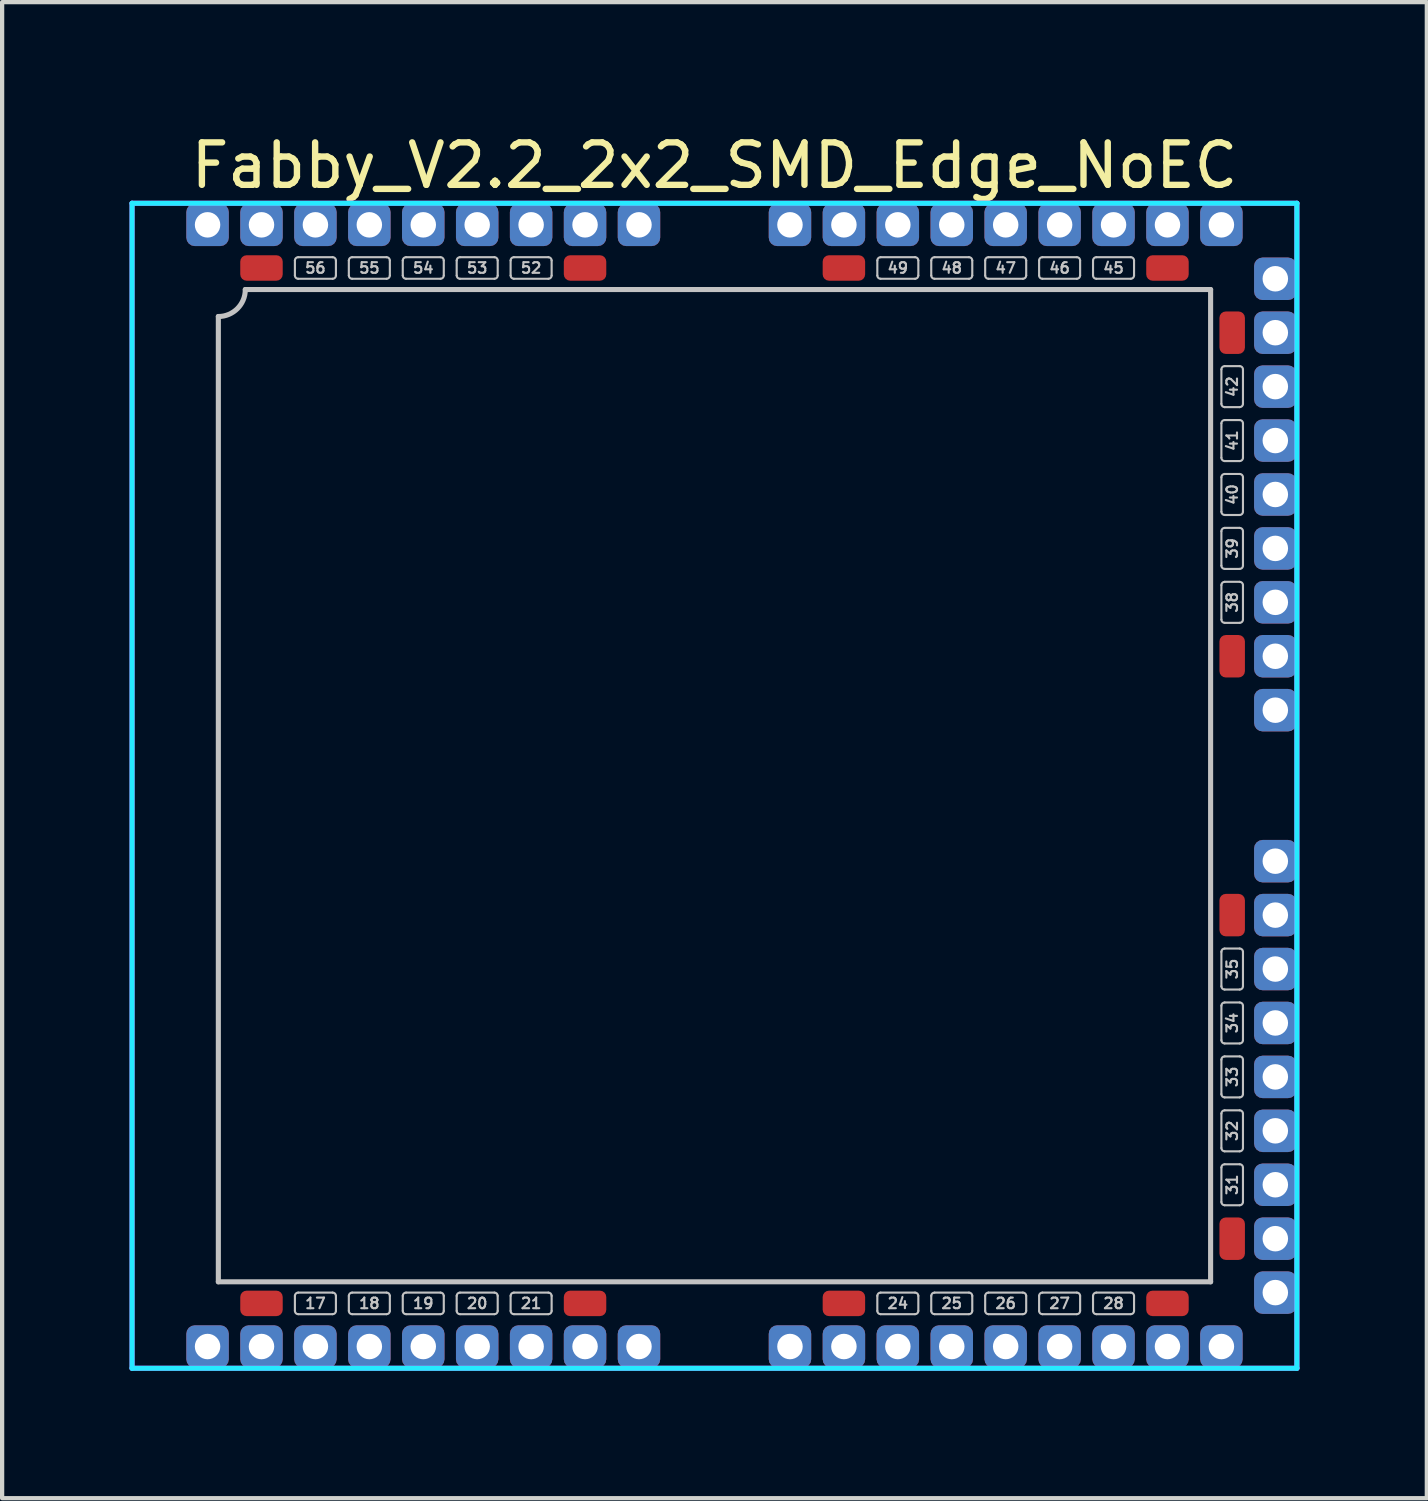
<source format=kicad_pcb>
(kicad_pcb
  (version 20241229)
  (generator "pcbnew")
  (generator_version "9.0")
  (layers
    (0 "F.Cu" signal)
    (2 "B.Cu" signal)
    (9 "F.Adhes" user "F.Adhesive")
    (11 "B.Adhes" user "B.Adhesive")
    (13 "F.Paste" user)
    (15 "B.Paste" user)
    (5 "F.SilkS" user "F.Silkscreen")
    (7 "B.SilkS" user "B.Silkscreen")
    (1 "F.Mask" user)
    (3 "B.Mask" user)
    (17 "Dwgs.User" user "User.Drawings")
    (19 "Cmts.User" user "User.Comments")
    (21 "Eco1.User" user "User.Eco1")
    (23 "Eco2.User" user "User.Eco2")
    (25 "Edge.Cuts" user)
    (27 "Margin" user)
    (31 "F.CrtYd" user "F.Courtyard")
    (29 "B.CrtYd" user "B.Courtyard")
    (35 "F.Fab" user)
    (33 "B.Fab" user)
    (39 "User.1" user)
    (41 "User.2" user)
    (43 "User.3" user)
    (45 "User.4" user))
  (footprint "Fabby_V2.2_2x2_SMD_Edge_NoEC"
    (layer "F.Cu")
    (at 13.776 15.453)
    (property "Reference" "Fabby_V2.2_2x2_SMD_Edge_NoEC" (at 0 -14.605 0) (layer "F.SilkS") (effects (font (size 1 1) (thickness 0.15))))
    (attr through_hole)
    (fp_line (start -11.684 11.684) (end -11.684 -11.049) (stroke (width 0.12) (type solid)) (layer "Dwgs.User"))
    (fp_line (start -11.049 -11.684) (end 11.684 -11.684) (stroke (width 0.12) (type solid)) (layer "Dwgs.User"))
    (fp_line (start -9.881 -12.014) (end -9.881 -12.37) (stroke (width 0.05) (type solid)) (layer "Dwgs.User"))
    (fp_line (start -9.881 12.37) (end -9.881 12.014) (stroke (width 0.05) (type solid)) (layer "Dwgs.User"))
    (fp_line (start -8.992 -12.446) (end -9.804 -12.446) (stroke (width 0.05) (type solid)) (layer "Dwgs.User"))
    (fp_line (start -8.992 -11.938) (end -9.804 -11.938) (stroke (width 0.05) (type solid)) (layer "Dwgs.User"))
    (fp_line (start -8.992 11.938) (end -9.804 11.938) (stroke (width 0.05) (type solid)) (layer "Dwgs.User"))
    (fp_line (start -8.992 12.446) (end -9.804 12.446) (stroke (width 0.05) (type solid)) (layer "Dwgs.User"))
    (fp_line (start -8.915 -12.014) (end -8.915 -12.37) (stroke (width 0.05) (type solid)) (layer "Dwgs.User"))
    (fp_line (start -8.915 12.37) (end -8.915 12.014) (stroke (width 0.05) (type solid)) (layer "Dwgs.User"))
    (fp_line (start -8.611 -12.014) (end -8.611 -12.37) (stroke (width 0.05) (type solid)) (layer "Dwgs.User"))
    (fp_line (start -8.611 12.37) (end -8.611 12.014) (stroke (width 0.05) (type solid)) (layer "Dwgs.User"))
    (fp_line (start -7.722 -12.446) (end -8.534 -12.446) (stroke (width 0.05) (type solid)) (layer "Dwgs.User"))
    (fp_line (start -7.722 -11.938) (end -8.534 -11.938) (stroke (width 0.05) (type solid)) (layer "Dwgs.User"))
    (fp_line (start -7.722 11.938) (end -8.534 11.938) (stroke (width 0.05) (type solid)) (layer "Dwgs.User"))
    (fp_line (start -7.722 12.446) (end -8.534 12.446) (stroke (width 0.05) (type solid)) (layer "Dwgs.User"))
    (fp_line (start -7.645 -12.014) (end -7.645 -12.37) (stroke (width 0.05) (type solid)) (layer "Dwgs.User"))
    (fp_line (start -7.645 12.37) (end -7.645 12.014) (stroke (width 0.05) (type solid)) (layer "Dwgs.User"))
    (fp_line (start -7.341 -12.014) (end -7.341 -12.37) (stroke (width 0.05) (type solid)) (layer "Dwgs.User"))
    (fp_line (start -7.341 12.37) (end -7.341 12.014) (stroke (width 0.05) (type solid)) (layer "Dwgs.User"))
    (fp_line (start -6.452 -12.446) (end -7.264 -12.446) (stroke (width 0.05) (type solid)) (layer "Dwgs.User"))
    (fp_line (start -6.452 -11.938) (end -7.264 -11.938) (stroke (width 0.05) (type solid)) (layer "Dwgs.User"))
    (fp_line (start -6.452 11.938) (end -7.264 11.938) (stroke (width 0.05) (type solid)) (layer "Dwgs.User"))
    (fp_line (start -6.452 12.446) (end -7.264 12.446) (stroke (width 0.05) (type solid)) (layer "Dwgs.User"))
    (fp_line (start -6.375 -12.014) (end -6.375 -12.37) (stroke (width 0.05) (type solid)) (layer "Dwgs.User"))
    (fp_line (start -6.375 12.37) (end -6.375 12.014) (stroke (width 0.05) (type solid)) (layer "Dwgs.User"))
    (fp_line (start -6.071 -12.014) (end -6.071 -12.37) (stroke (width 0.05) (type solid)) (layer "Dwgs.User"))
    (fp_line (start -6.071 12.37) (end -6.071 12.014) (stroke (width 0.05) (type solid)) (layer "Dwgs.User"))
    (fp_line (start -5.182 -12.446) (end -5.994 -12.446) (stroke (width 0.05) (type solid)) (layer "Dwgs.User"))
    (fp_line (start -5.182 -11.938) (end -5.994 -11.938) (stroke (width 0.05) (type solid)) (layer "Dwgs.User"))
    (fp_line (start -5.182 11.938) (end -5.994 11.938) (stroke (width 0.05) (type solid)) (layer "Dwgs.User"))
    (fp_line (start -5.182 12.446) (end -5.994 12.446) (stroke (width 0.05) (type solid)) (layer "Dwgs.User"))
    (fp_line (start -5.105 -12.014) (end -5.105 -12.37) (stroke (width 0.05) (type solid)) (layer "Dwgs.User"))
    (fp_line (start -5.105 12.37) (end -5.105 12.014) (stroke (width 0.05) (type solid)) (layer "Dwgs.User"))
    (fp_line (start -4.801 -12.014) (end -4.801 -12.37) (stroke (width 0.05) (type solid)) (layer "Dwgs.User"))
    (fp_line (start -4.801 12.37) (end -4.801 12.014) (stroke (width 0.05) (type solid)) (layer "Dwgs.User"))
    (fp_line (start -3.912 -12.446) (end -4.724 -12.446) (stroke (width 0.05) (type solid)) (layer "Dwgs.User"))
    (fp_line (start -3.912 -11.938) (end -4.724 -11.938) (stroke (width 0.05) (type solid)) (layer "Dwgs.User"))
    (fp_line (start -3.912 11.938) (end -4.724 11.938) (stroke (width 0.05) (type solid)) (layer "Dwgs.User"))
    (fp_line (start -3.912 12.446) (end -4.724 12.446) (stroke (width 0.05) (type solid)) (layer "Dwgs.User"))
    (fp_line (start -3.835 -12.014) (end -3.835 -12.37) (stroke (width 0.05) (type solid)) (layer "Dwgs.User"))
    (fp_line (start -3.835 12.37) (end -3.835 12.014) (stroke (width 0.05) (type solid)) (layer "Dwgs.User"))
    (fp_line (start 3.835 -12.014) (end 3.835 -12.37) (stroke (width 0.05) (type solid)) (layer "Dwgs.User"))
    (fp_line (start 3.835 12.37) (end 3.835 12.014) (stroke (width 0.05) (type solid)) (layer "Dwgs.User"))
    (fp_line (start 4.724 -12.446) (end 3.912 -12.446) (stroke (width 0.05) (type solid)) (layer "Dwgs.User"))
    (fp_line (start 4.724 -11.938) (end 3.912 -11.938) (stroke (width 0.05) (type solid)) (layer "Dwgs.User"))
    (fp_line (start 4.724 11.938) (end 3.912 11.938) (stroke (width 0.05) (type solid)) (layer "Dwgs.User"))
    (fp_line (start 4.724 12.446) (end 3.912 12.446) (stroke (width 0.05) (type solid)) (layer "Dwgs.User"))
    (fp_line (start 4.801 -12.014) (end 4.801 -12.37) (stroke (width 0.05) (type solid)) (layer "Dwgs.User"))
    (fp_line (start 4.801 12.37) (end 4.801 12.014) (stroke (width 0.05) (type solid)) (layer "Dwgs.User"))
    (fp_line (start 5.105 -12.014) (end 5.105 -12.37) (stroke (width 0.05) (type solid)) (layer "Dwgs.User"))
    (fp_line (start 5.105 12.37) (end 5.105 12.014) (stroke (width 0.05) (type solid)) (layer "Dwgs.User"))
    (fp_line (start 5.994 -12.446) (end 5.182 -12.446) (stroke (width 0.05) (type solid)) (layer "Dwgs.User"))
    (fp_line (start 5.994 -11.938) (end 5.182 -11.938) (stroke (width 0.05) (type solid)) (layer "Dwgs.User"))
    (fp_line (start 5.994 11.938) (end 5.182 11.938) (stroke (width 0.05) (type solid)) (layer "Dwgs.User"))
    (fp_line (start 5.994 12.446) (end 5.182 12.446) (stroke (width 0.05) (type solid)) (layer "Dwgs.User"))
    (fp_line (start 6.071 -12.014) (end 6.071 -12.37) (stroke (width 0.05) (type solid)) (layer "Dwgs.User"))
    (fp_line (start 6.071 12.37) (end 6.071 12.014) (stroke (width 0.05) (type solid)) (layer "Dwgs.User"))
    (fp_line (start 6.375 -12.014) (end 6.375 -12.37) (stroke (width 0.05) (type solid)) (layer "Dwgs.User"))
    (fp_line (start 6.375 12.37) (end 6.375 12.014) (stroke (width 0.05) (type solid)) (layer "Dwgs.User"))
    (fp_line (start 7.264 -12.446) (end 6.452 -12.446) (stroke (width 0.05) (type solid)) (layer "Dwgs.User"))
    (fp_line (start 7.264 -11.938) (end 6.452 -11.938) (stroke (width 0.05) (type solid)) (layer "Dwgs.User"))
    (fp_line (start 7.264 11.938) (end 6.452 11.938) (stroke (width 0.05) (type solid)) (layer "Dwgs.User"))
    (fp_line (start 7.264 12.446) (end 6.452 12.446) (stroke (width 0.05) (type solid)) (layer "Dwgs.User"))
    (fp_line (start 7.341 -12.014) (end 7.341 -12.37) (stroke (width 0.05) (type solid)) (layer "Dwgs.User"))
    (fp_line (start 7.341 12.37) (end 7.341 12.014) (stroke (width 0.05) (type solid)) (layer "Dwgs.User"))
    (fp_line (start 7.645 -12.014) (end 7.645 -12.37) (stroke (width 0.05) (type solid)) (layer "Dwgs.User"))
    (fp_line (start 7.645 12.37) (end 7.645 12.014) (stroke (width 0.05) (type solid)) (layer "Dwgs.User"))
    (fp_line (start 8.534 -12.446) (end 7.722 -12.446) (stroke (width 0.05) (type solid)) (layer "Dwgs.User"))
    (fp_line (start 8.534 -11.938) (end 7.722 -11.938) (stroke (width 0.05) (type solid)) (layer "Dwgs.User"))
    (fp_line (start 8.534 11.938) (end 7.722 11.938) (stroke (width 0.05) (type solid)) (layer "Dwgs.User"))
    (fp_line (start 8.534 12.446) (end 7.722 12.446) (stroke (width 0.05) (type solid)) (layer "Dwgs.User"))
    (fp_line (start 8.611 -12.014) (end 8.611 -12.37) (stroke (width 0.05) (type solid)) (layer "Dwgs.User"))
    (fp_line (start 8.611 12.37) (end 8.611 12.014) (stroke (width 0.05) (type solid)) (layer "Dwgs.User"))
    (fp_line (start 8.915 -12.014) (end 8.915 -12.37) (stroke (width 0.05) (type solid)) (layer "Dwgs.User"))
    (fp_line (start 8.915 12.37) (end 8.915 12.014) (stroke (width 0.05) (type solid)) (layer "Dwgs.User"))
    (fp_line (start 9.804 -12.446) (end 8.992 -12.446) (stroke (width 0.05) (type solid)) (layer "Dwgs.User"))
    (fp_line (start 9.804 -11.938) (end 8.992 -11.938) (stroke (width 0.05) (type solid)) (layer "Dwgs.User"))
    (fp_line (start 9.804 11.938) (end 8.992 11.938) (stroke (width 0.05) (type solid)) (layer "Dwgs.User"))
    (fp_line (start 9.804 12.446) (end 8.992 12.446) (stroke (width 0.05) (type solid)) (layer "Dwgs.User"))
    (fp_line (start 9.881 -12.014) (end 9.881 -12.37) (stroke (width 0.05) (type solid)) (layer "Dwgs.User"))
    (fp_line (start 9.881 12.37) (end 9.881 12.014) (stroke (width 0.05) (type solid)) (layer "Dwgs.User"))
    (fp_line (start 11.684 -11.684) (end 11.684 11.684) (stroke (width 0.12) (type solid)) (layer "Dwgs.User"))
    (fp_line (start 11.684 11.684) (end -11.684 11.684) (stroke (width 0.12) (type solid)) (layer "Dwgs.User"))
    (fp_line (start 11.938 -8.992) (end 11.938 -9.804) (stroke (width 0.05) (type solid)) (layer "Dwgs.User"))
    (fp_line (start 11.938 -7.722) (end 11.938 -8.534) (stroke (width 0.05) (type solid)) (layer "Dwgs.User"))
    (fp_line (start 11.938 -6.452) (end 11.938 -7.264) (stroke (width 0.05) (type solid)) (layer "Dwgs.User"))
    (fp_line (start 11.938 -5.182) (end 11.938 -5.994) (stroke (width 0.05) (type solid)) (layer "Dwgs.User"))
    (fp_line (start 11.938 -3.912) (end 11.938 -4.724) (stroke (width 0.05) (type solid)) (layer "Dwgs.User"))
    (fp_line (start 11.938 4.724) (end 11.938 3.912) (stroke (width 0.05) (type solid)) (layer "Dwgs.User"))
    (fp_line (start 11.938 5.994) (end 11.938 5.182) (stroke (width 0.05) (type solid)) (layer "Dwgs.User"))
    (fp_line (start 11.938 7.264) (end 11.938 6.452) (stroke (width 0.05) (type solid)) (layer "Dwgs.User"))
    (fp_line (start 11.938 8.534) (end 11.938 7.722) (stroke (width 0.05) (type solid)) (layer "Dwgs.User"))
    (fp_line (start 11.938 9.804) (end 11.938 8.992) (stroke (width 0.05) (type solid)) (layer "Dwgs.User"))
    (fp_line (start 12.014 -9.881) (end 12.37 -9.881) (stroke (width 0.05) (type solid)) (layer "Dwgs.User"))
    (fp_line (start 12.014 -8.915) (end 12.37 -8.915) (stroke (width 0.05) (type solid)) (layer "Dwgs.User"))
    (fp_line (start 12.014 -8.611) (end 12.37 -8.611) (stroke (width 0.05) (type solid)) (layer "Dwgs.User"))
    (fp_line (start 12.014 -7.645) (end 12.37 -7.645) (stroke (width 0.05) (type solid)) (layer "Dwgs.User"))
    (fp_line (start 12.014 -7.341) (end 12.37 -7.341) (stroke (width 0.05) (type solid)) (layer "Dwgs.User"))
    (fp_line (start 12.014 -6.375) (end 12.37 -6.375) (stroke (width 0.05) (type solid)) (layer "Dwgs.User"))
    (fp_line (start 12.014 -6.071) (end 12.37 -6.071) (stroke (width 0.05) (type solid)) (layer "Dwgs.User"))
    (fp_line (start 12.014 -5.105) (end 12.37 -5.105) (stroke (width 0.05) (type solid)) (layer "Dwgs.User"))
    (fp_line (start 12.014 -4.801) (end 12.37 -4.801) (stroke (width 0.05) (type solid)) (layer "Dwgs.User"))
    (fp_line (start 12.014 -3.835) (end 12.37 -3.835) (stroke (width 0.05) (type solid)) (layer "Dwgs.User"))
    (fp_line (start 12.014 3.835) (end 12.37 3.835) (stroke (width 0.05) (type solid)) (layer "Dwgs.User"))
    (fp_line (start 12.014 4.801) (end 12.37 4.801) (stroke (width 0.05) (type solid)) (layer "Dwgs.User"))
    (fp_line (start 12.014 5.105) (end 12.37 5.105) (stroke (width 0.05) (type solid)) (layer "Dwgs.User"))
    (fp_line (start 12.014 6.071) (end 12.37 6.071) (stroke (width 0.05) (type solid)) (layer "Dwgs.User"))
    (fp_line (start 12.014 6.375) (end 12.37 6.375) (stroke (width 0.05) (type solid)) (layer "Dwgs.User"))
    (fp_line (start 12.014 7.341) (end 12.37 7.341) (stroke (width 0.05) (type solid)) (layer "Dwgs.User"))
    (fp_line (start 12.014 7.645) (end 12.37 7.645) (stroke (width 0.05) (type solid)) (layer "Dwgs.User"))
    (fp_line (start 12.014 8.611) (end 12.37 8.611) (stroke (width 0.05) (type solid)) (layer "Dwgs.User"))
    (fp_line (start 12.014 8.915) (end 12.37 8.915) (stroke (width 0.05) (type solid)) (layer "Dwgs.User"))
    (fp_line (start 12.014 9.881) (end 12.37 9.881) (stroke (width 0.05) (type solid)) (layer "Dwgs.User"))
    (fp_line (start 12.446 -8.992) (end 12.446 -9.804) (stroke (width 0.05) (type solid)) (layer "Dwgs.User"))
    (fp_line (start 12.446 -7.722) (end 12.446 -8.534) (stroke (width 0.05) (type solid)) (layer "Dwgs.User"))
    (fp_line (start 12.446 -6.452) (end 12.446 -7.264) (stroke (width 0.05) (type solid)) (layer "Dwgs.User"))
    (fp_line (start 12.446 -5.182) (end 12.446 -5.994) (stroke (width 0.05) (type solid)) (layer "Dwgs.User"))
    (fp_line (start 12.446 -3.912) (end 12.446 -4.724) (stroke (width 0.05) (type solid)) (layer "Dwgs.User"))
    (fp_line (start 12.446 4.724) (end 12.446 3.912) (stroke (width 0.05) (type solid)) (layer "Dwgs.User"))
    (fp_line (start 12.446 5.994) (end 12.446 5.182) (stroke (width 0.05) (type solid)) (layer "Dwgs.User"))
    (fp_line (start 12.446 7.264) (end 12.446 6.452) (stroke (width 0.05) (type solid)) (layer "Dwgs.User"))
    (fp_line (start 12.446 8.534) (end 12.446 7.722) (stroke (width 0.05) (type solid)) (layer "Dwgs.User"))
    (fp_line (start 12.446 9.804) (end 12.446 8.992) (stroke (width 0.05) (type solid)) (layer "Dwgs.User"))
    (fp_arc (start -11.049 -11.684) (mid -11.234987 -11.234987) (end -11.684 -11.049) (stroke (width 0.12) (type solid)) (layer "Dwgs.User"))
    (fp_arc (start -9.8806 -12.3698) (mid -9.858282 -12.423682) (end -9.8044 -12.446) (stroke (width 0.05) (type solid)) (layer "Dwgs.User"))
    (fp_arc (start -9.8806 12.0142) (mid -9.858282 11.960318) (end -9.8044 11.938) (stroke (width 0.05) (type solid)) (layer "Dwgs.User"))
    (fp_arc (start -9.8044 -11.938) (mid -9.858282 -11.960318) (end -9.8806 -12.0142) (stroke (width 0.05) (type solid)) (layer "Dwgs.User"))
    (fp_arc (start -9.8044 12.446) (mid -9.858282 12.423682) (end -9.8806 12.3698) (stroke (width 0.05) (type solid)) (layer "Dwgs.User"))
    (fp_arc (start -8.9916 -12.446) (mid -8.937718 -12.423682) (end -8.9154 -12.3698) (stroke (width 0.05) (type solid)) (layer "Dwgs.User"))
    (fp_arc (start -8.9916 11.938) (mid -8.937718 11.960318) (end -8.9154 12.0142) (stroke (width 0.05) (type solid)) (layer "Dwgs.User"))
    (fp_arc (start -8.9154 -12.0142) (mid -8.937718 -11.960318) (end -8.9916 -11.938) (stroke (width 0.05) (type solid)) (layer "Dwgs.User"))
    (fp_arc (start -8.9154 12.3698) (mid -8.937718 12.423682) (end -8.9916 12.446) (stroke (width 0.05) (type solid)) (layer "Dwgs.User"))
    (fp_arc (start -8.6106 -12.3698) (mid -8.588282 -12.423682) (end -8.5344 -12.446) (stroke (width 0.05) (type solid)) (layer "Dwgs.User"))
    (fp_arc (start -8.6106 12.0142) (mid -8.588282 11.960318) (end -8.5344 11.938) (stroke (width 0.05) (type solid)) (layer "Dwgs.User"))
    (fp_arc (start -8.5344 -11.938) (mid -8.588282 -11.960318) (end -8.6106 -12.0142) (stroke (width 0.05) (type solid)) (layer "Dwgs.User"))
    (fp_arc (start -8.5344 12.446) (mid -8.588282 12.423682) (end -8.6106 12.3698) (stroke (width 0.05) (type solid)) (layer "Dwgs.User"))
    (fp_arc (start -7.7216 -12.446) (mid -7.667718 -12.423682) (end -7.6454 -12.3698) (stroke (width 0.05) (type solid)) (layer "Dwgs.User"))
    (fp_arc (start -7.7216 11.938) (mid -7.667718 11.960318) (end -7.6454 12.0142) (stroke (width 0.05) (type solid)) (layer "Dwgs.User"))
    (fp_arc (start -7.6454 -12.0142) (mid -7.667718 -11.960318) (end -7.7216 -11.938) (stroke (width 0.05) (type solid)) (layer "Dwgs.User"))
    (fp_arc (start -7.6454 12.3698) (mid -7.667718 12.423682) (end -7.7216 12.446) (stroke (width 0.05) (type solid)) (layer "Dwgs.User"))
    (fp_arc (start -7.3406 -12.3698) (mid -7.318282 -12.423682) (end -7.2644 -12.446) (stroke (width 0.05) (type solid)) (layer "Dwgs.User"))
    (fp_arc (start -7.3406 12.0142) (mid -7.318282 11.960318) (end -7.2644 11.938) (stroke (width 0.05) (type solid)) (layer "Dwgs.User"))
    (fp_arc (start -7.2644 -11.938) (mid -7.318282 -11.960318) (end -7.3406 -12.0142) (stroke (width 0.05) (type solid)) (layer "Dwgs.User"))
    (fp_arc (start -7.2644 12.446) (mid -7.318282 12.423682) (end -7.3406 12.3698) (stroke (width 0.05) (type solid)) (layer "Dwgs.User"))
    (fp_arc (start -6.4516 -12.446) (mid -6.397718 -12.423682) (end -6.3754 -12.3698) (stroke (width 0.05) (type solid)) (layer "Dwgs.User"))
    (fp_arc (start -6.4516 11.938) (mid -6.397718 11.960318) (end -6.3754 12.0142) (stroke (width 0.05) (type solid)) (layer "Dwgs.User"))
    (fp_arc (start -6.3754 -12.0142) (mid -6.397718 -11.960318) (end -6.4516 -11.938) (stroke (width 0.05) (type solid)) (layer "Dwgs.User"))
    (fp_arc (start -6.3754 12.3698) (mid -6.397718 12.423682) (end -6.4516 12.446) (stroke (width 0.05) (type solid)) (layer "Dwgs.User"))
    (fp_arc (start -6.0706 -12.3698) (mid -6.048282 -12.423682) (end -5.9944 -12.446) (stroke (width 0.05) (type solid)) (layer "Dwgs.User"))
    (fp_arc (start -6.0706 12.0142) (mid -6.048282 11.960318) (end -5.9944 11.938) (stroke (width 0.05) (type solid)) (layer "Dwgs.User"))
    (fp_arc (start -5.9944 -11.938) (mid -6.048282 -11.960318) (end -6.0706 -12.0142) (stroke (width 0.05) (type solid)) (layer "Dwgs.User"))
    (fp_arc (start -5.9944 12.446) (mid -6.048282 12.423682) (end -6.0706 12.3698) (stroke (width 0.05) (type solid)) (layer "Dwgs.User"))
    (fp_arc (start -5.1816 -12.446) (mid -5.127718 -12.423682) (end -5.1054 -12.3698) (stroke (width 0.05) (type solid)) (layer "Dwgs.User"))
    (fp_arc (start -5.1816 11.938) (mid -5.127718 11.960318) (end -5.1054 12.0142) (stroke (width 0.05) (type solid)) (layer "Dwgs.User"))
    (fp_arc (start -5.1054 -12.0142) (mid -5.127718 -11.960318) (end -5.1816 -11.938) (stroke (width 0.05) (type solid)) (layer "Dwgs.User"))
    (fp_arc (start -5.1054 12.3698) (mid -5.127718 12.423682) (end -5.1816 12.446) (stroke (width 0.05) (type solid)) (layer "Dwgs.User"))
    (fp_arc (start -4.8006 -12.3698) (mid -4.778282 -12.423682) (end -4.7244 -12.446) (stroke (width 0.05) (type solid)) (layer "Dwgs.User"))
    (fp_arc (start -4.8006 12.0142) (mid -4.778282 11.960318) (end -4.7244 11.938) (stroke (width 0.05) (type solid)) (layer "Dwgs.User"))
    (fp_arc (start -4.7244 -11.938) (mid -4.778282 -11.960318) (end -4.8006 -12.0142) (stroke (width 0.05) (type solid)) (layer "Dwgs.User"))
    (fp_arc (start -4.7244 12.446) (mid -4.778282 12.423682) (end -4.8006 12.3698) (stroke (width 0.05) (type solid)) (layer "Dwgs.User"))
    (fp_arc (start -3.9116 -12.446) (mid -3.857718 -12.423682) (end -3.8354 -12.3698) (stroke (width 0.05) (type solid)) (layer "Dwgs.User"))
    (fp_arc (start -3.9116 11.938) (mid -3.857718 11.960318) (end -3.8354 12.0142) (stroke (width 0.05) (type solid)) (layer "Dwgs.User"))
    (fp_arc (start -3.8354 -12.0142) (mid -3.857718 -11.960318) (end -3.9116 -11.938) (stroke (width 0.05) (type solid)) (layer "Dwgs.User"))
    (fp_arc (start -3.8354 12.3698) (mid -3.857718 12.423682) (end -3.9116 12.446) (stroke (width 0.05) (type solid)) (layer "Dwgs.User"))
    (fp_arc (start 3.8354 -12.3698) (mid 3.857718 -12.423682) (end 3.9116 -12.446) (stroke (width 0.05) (type solid)) (layer "Dwgs.User"))
    (fp_arc (start 3.8354 12.0142) (mid 3.857718 11.960318) (end 3.9116 11.938) (stroke (width 0.05) (type solid)) (layer "Dwgs.User"))
    (fp_arc (start 3.9116 -11.938) (mid 3.857718 -11.960318) (end 3.8354 -12.0142) (stroke (width 0.05) (type solid)) (layer "Dwgs.User"))
    (fp_arc (start 3.9116 12.446) (mid 3.857718 12.423682) (end 3.8354 12.3698) (stroke (width 0.05) (type solid)) (layer "Dwgs.User"))
    (fp_arc (start 4.7244 -12.446) (mid 4.778282 -12.423682) (end 4.8006 -12.3698) (stroke (width 0.05) (type solid)) (layer "Dwgs.User"))
    (fp_arc (start 4.7244 11.938) (mid 4.778282 11.960318) (end 4.8006 12.0142) (stroke (width 0.05) (type solid)) (layer "Dwgs.User"))
    (fp_arc (start 4.8006 -12.0142) (mid 4.778282 -11.960318) (end 4.7244 -11.938) (stroke (width 0.05) (type solid)) (layer "Dwgs.User"))
    (fp_arc (start 4.8006 12.3698) (mid 4.778282 12.423682) (end 4.7244 12.446) (stroke (width 0.05) (type solid)) (layer "Dwgs.User"))
    (fp_arc (start 5.1054 -12.3698) (mid 5.127718 -12.423682) (end 5.1816 -12.446) (stroke (width 0.05) (type solid)) (layer "Dwgs.User"))
    (fp_arc (start 5.1054 12.0142) (mid 5.127718 11.960318) (end 5.1816 11.938) (stroke (width 0.05) (type solid)) (layer "Dwgs.User"))
    (fp_arc (start 5.1816 -11.938) (mid 5.127718 -11.960318) (end 5.1054 -12.0142) (stroke (width 0.05) (type solid)) (layer "Dwgs.User"))
    (fp_arc (start 5.1816 12.446) (mid 5.127718 12.423682) (end 5.1054 12.3698) (stroke (width 0.05) (type solid)) (layer "Dwgs.User"))
    (fp_arc (start 5.9944 -12.446) (mid 6.048282 -12.423682) (end 6.0706 -12.3698) (stroke (width 0.05) (type solid)) (layer "Dwgs.User"))
    (fp_arc (start 5.9944 11.938) (mid 6.048282 11.960318) (end 6.0706 12.0142) (stroke (width 0.05) (type solid)) (layer "Dwgs.User"))
    (fp_arc (start 6.0706 -12.0142) (mid 6.048282 -11.960318) (end 5.9944 -11.938) (stroke (width 0.05) (type solid)) (layer "Dwgs.User"))
    (fp_arc (start 6.0706 12.3698) (mid 6.048282 12.423682) (end 5.9944 12.446) (stroke (width 0.05) (type solid)) (layer "Dwgs.User"))
    (fp_arc (start 6.3754 -12.3698) (mid 6.397718 -12.423682) (end 6.4516 -12.446) (stroke (width 0.05) (type solid)) (layer "Dwgs.User"))
    (fp_arc (start 6.3754 12.0142) (mid 6.397718 11.960318) (end 6.4516 11.938) (stroke (width 0.05) (type solid)) (layer "Dwgs.User"))
    (fp_arc (start 6.4516 -11.938) (mid 6.397718 -11.960318) (end 6.3754 -12.0142) (stroke (width 0.05) (type solid)) (layer "Dwgs.User"))
    (fp_arc (start 6.4516 12.446) (mid 6.397718 12.423682) (end 6.3754 12.3698) (stroke (width 0.05) (type solid)) (layer "Dwgs.User"))
    (fp_arc (start 7.2644 -12.446) (mid 7.318282 -12.423682) (end 7.3406 -12.3698) (stroke (width 0.05) (type solid)) (layer "Dwgs.User"))
    (fp_arc (start 7.2644 11.938) (mid 7.318282 11.960318) (end 7.3406 12.0142) (stroke (width 0.05) (type solid)) (layer "Dwgs.User"))
    (fp_arc (start 7.3406 -12.0142) (mid 7.318282 -11.960318) (end 7.2644 -11.938) (stroke (width 0.05) (type solid)) (layer "Dwgs.User"))
    (fp_arc (start 7.3406 12.3698) (mid 7.318282 12.423682) (end 7.2644 12.446) (stroke (width 0.05) (type solid)) (layer "Dwgs.User"))
    (fp_arc (start 7.6454 -12.3698) (mid 7.667718 -12.423682) (end 7.7216 -12.446) (stroke (width 0.05) (type solid)) (layer "Dwgs.User"))
    (fp_arc (start 7.6454 12.0142) (mid 7.667718 11.960318) (end 7.7216 11.938) (stroke (width 0.05) (type solid)) (layer "Dwgs.User"))
    (fp_arc (start 7.7216 -11.938) (mid 7.667718 -11.960318) (end 7.6454 -12.0142) (stroke (width 0.05) (type solid)) (layer "Dwgs.User"))
    (fp_arc (start 7.7216 12.446) (mid 7.667718 12.423682) (end 7.6454 12.3698) (stroke (width 0.05) (type solid)) (layer "Dwgs.User"))
    (fp_arc (start 8.5344 -12.446) (mid 8.588282 -12.423682) (end 8.6106 -12.3698) (stroke (width 0.05) (type solid)) (layer "Dwgs.User"))
    (fp_arc (start 8.5344 11.938) (mid 8.588282 11.960318) (end 8.6106 12.0142) (stroke (width 0.05) (type solid)) (layer "Dwgs.User"))
    (fp_arc (start 8.6106 -12.0142) (mid 8.588282 -11.960318) (end 8.5344 -11.938) (stroke (width 0.05) (type solid)) (layer "Dwgs.User"))
    (fp_arc (start 8.6106 12.3698) (mid 8.588282 12.423682) (end 8.5344 12.446) (stroke (width 0.05) (type solid)) (layer "Dwgs.User"))
    (fp_arc (start 8.9154 -12.3698) (mid 8.937718 -12.423682) (end 8.9916 -12.446) (stroke (width 0.05) (type solid)) (layer "Dwgs.User"))
    (fp_arc (start 8.9154 12.0142) (mid 8.937718 11.960318) (end 8.9916 11.938) (stroke (width 0.05) (type solid)) (layer "Dwgs.User"))
    (fp_arc (start 8.9916 -11.938) (mid 8.937718 -11.960318) (end 8.9154 -12.0142) (stroke (width 0.05) (type solid)) (layer "Dwgs.User"))
    (fp_arc (start 8.9916 12.446) (mid 8.937718 12.423682) (end 8.9154 12.3698) (stroke (width 0.05) (type solid)) (layer "Dwgs.User"))
    (fp_arc (start 9.8044 -12.446) (mid 9.858282 -12.423682) (end 9.8806 -12.3698) (stroke (width 0.05) (type solid)) (layer "Dwgs.User"))
    (fp_arc (start 9.8044 11.938) (mid 9.858282 11.960318) (end 9.8806 12.0142) (stroke (width 0.05) (type solid)) (layer "Dwgs.User"))
    (fp_arc (start 9.8806 -12.0142) (mid 9.858282 -11.960318) (end 9.8044 -11.938) (stroke (width 0.05) (type solid)) (layer "Dwgs.User"))
    (fp_arc (start 9.8806 12.3698) (mid 9.858282 12.423682) (end 9.8044 12.446) (stroke (width 0.05) (type solid)) (layer "Dwgs.User"))
    (fp_arc (start 11.938 -9.8044) (mid 11.960318 -9.858282) (end 12.0142 -9.8806) (stroke (width 0.05) (type solid)) (layer "Dwgs.User"))
    (fp_arc (start 11.938 -8.5344) (mid 11.960318 -8.588282) (end 12.0142 -8.6106) (stroke (width 0.05) (type solid)) (layer "Dwgs.User"))
    (fp_arc (start 11.938 -7.2644) (mid 11.960318 -7.318282) (end 12.0142 -7.3406) (stroke (width 0.05) (type solid)) (layer "Dwgs.User"))
    (fp_arc (start 11.938 -5.9944) (mid 11.960318 -6.048282) (end 12.0142 -6.0706) (stroke (width 0.05) (type solid)) (layer "Dwgs.User"))
    (fp_arc (start 11.938 -4.7244) (mid 11.960318 -4.778282) (end 12.0142 -4.8006) (stroke (width 0.05) (type solid)) (layer "Dwgs.User"))
    (fp_arc (start 11.938 3.9116) (mid 11.960318 3.857718) (end 12.0142 3.8354) (stroke (width 0.05) (type solid)) (layer "Dwgs.User"))
    (fp_arc (start 11.938 5.1816) (mid 11.960318 5.127718) (end 12.0142 5.1054) (stroke (width 0.05) (type solid)) (layer "Dwgs.User"))
    (fp_arc (start 11.938 6.4516) (mid 11.960318 6.397718) (end 12.0142 6.3754) (stroke (width 0.05) (type solid)) (layer "Dwgs.User"))
    (fp_arc (start 11.938 7.7216) (mid 11.960318 7.667718) (end 12.0142 7.6454) (stroke (width 0.05) (type solid)) (layer "Dwgs.User"))
    (fp_arc (start 11.938 8.9916) (mid 11.960318 8.937718) (end 12.0142 8.9154) (stroke (width 0.05) (type solid)) (layer "Dwgs.User"))
    (fp_arc (start 12.0142 -8.9154) (mid 11.960318 -8.937718) (end 11.938 -8.9916) (stroke (width 0.05) (type solid)) (layer "Dwgs.User"))
    (fp_arc (start 12.0142 -7.6454) (mid 11.960318 -7.667718) (end 11.938 -7.7216) (stroke (width 0.05) (type solid)) (layer "Dwgs.User"))
    (fp_arc (start 12.0142 -6.3754) (mid 11.960318 -6.397718) (end 11.938 -6.4516) (stroke (width 0.05) (type solid)) (layer "Dwgs.User"))
    (fp_arc (start 12.0142 -5.1054) (mid 11.960318 -5.127718) (end 11.938 -5.1816) (stroke (width 0.05) (type solid)) (layer "Dwgs.User"))
    (fp_arc (start 12.0142 -3.8354) (mid 11.960318 -3.857718) (end 11.938 -3.9116) (stroke (width 0.05) (type solid)) (layer "Dwgs.User"))
    (fp_arc (start 12.0142 4.8006) (mid 11.960318 4.778282) (end 11.938 4.7244) (stroke (width 0.05) (type solid)) (layer "Dwgs.User"))
    (fp_arc (start 12.0142 6.0706) (mid 11.960318 6.048282) (end 11.938 5.9944) (stroke (width 0.05) (type solid)) (layer "Dwgs.User"))
    (fp_arc (start 12.0142 7.3406) (mid 11.960318 7.318282) (end 11.938 7.2644) (stroke (width 0.05) (type solid)) (layer "Dwgs.User"))
    (fp_arc (start 12.0142 8.6106) (mid 11.960318 8.588282) (end 11.938 8.5344) (stroke (width 0.05) (type solid)) (layer "Dwgs.User"))
    (fp_arc (start 12.0142 9.8806) (mid 11.960318 9.858282) (end 11.938 9.8044) (stroke (width 0.05) (type solid)) (layer "Dwgs.User"))
    (fp_arc (start 12.3698 -9.8806) (mid 12.423682 -9.858282) (end 12.446 -9.8044) (stroke (width 0.05) (type solid)) (layer "Dwgs.User"))
    (fp_arc (start 12.3698 -8.6106) (mid 12.423682 -8.588282) (end 12.446 -8.5344) (stroke (width 0.05) (type solid)) (layer "Dwgs.User"))
    (fp_arc (start 12.3698 -7.3406) (mid 12.423682 -7.318282) (end 12.446 -7.2644) (stroke (width 0.05) (type solid)) (layer "Dwgs.User"))
    (fp_arc (start 12.3698 -6.0706) (mid 12.423682 -6.048282) (end 12.446 -5.9944) (stroke (width 0.05) (type solid)) (layer "Dwgs.User"))
    (fp_arc (start 12.3698 -4.8006) (mid 12.423682 -4.778282) (end 12.446 -4.7244) (stroke (width 0.05) (type solid)) (layer "Dwgs.User"))
    (fp_arc (start 12.3698 3.8354) (mid 12.423682 3.857718) (end 12.446 3.9116) (stroke (width 0.05) (type solid)) (layer "Dwgs.User"))
    (fp_arc (start 12.3698 5.1054) (mid 12.423682 5.127718) (end 12.446 5.1816) (stroke (width 0.05) (type solid)) (layer "Dwgs.User"))
    (fp_arc (start 12.3698 6.3754) (mid 12.423682 6.397718) (end 12.446 6.4516) (stroke (width 0.05) (type solid)) (layer "Dwgs.User"))
    (fp_arc (start 12.3698 7.6454) (mid 12.423682 7.667718) (end 12.446 7.7216) (stroke (width 0.05) (type solid)) (layer "Dwgs.User"))
    (fp_arc (start 12.3698 8.9154) (mid 12.423682 8.937718) (end 12.446 8.9916) (stroke (width 0.05) (type solid)) (layer "Dwgs.User"))
    (fp_arc (start 12.446 -8.9916) (mid 12.423682 -8.937718) (end 12.3698 -8.9154) (stroke (width 0.05) (type solid)) (layer "Dwgs.User"))
    (fp_arc (start 12.446 -7.7216) (mid 12.423682 -7.667718) (end 12.3698 -7.6454) (stroke (width 0.05) (type solid)) (layer "Dwgs.User"))
    (fp_arc (start 12.446 -6.4516) (mid 12.423682 -6.397718) (end 12.3698 -6.3754) (stroke (width 0.05) (type solid)) (layer "Dwgs.User"))
    (fp_arc (start 12.446 -5.1816) (mid 12.423682 -5.127718) (end 12.3698 -5.1054) (stroke (width 0.05) (type solid)) (layer "Dwgs.User"))
    (fp_arc (start 12.446 -3.9116) (mid 12.423682 -3.857718) (end 12.3698 -3.8354) (stroke (width 0.05) (type solid)) (layer "Dwgs.User"))
    (fp_arc (start 12.446 4.7244) (mid 12.423682 4.778282) (end 12.3698 4.8006) (stroke (width 0.05) (type solid)) (layer "Dwgs.User"))
    (fp_arc (start 12.446 5.9944) (mid 12.423682 6.048282) (end 12.3698 6.0706) (stroke (width 0.05) (type solid)) (layer "Dwgs.User"))
    (fp_arc (start 12.446 7.2644) (mid 12.423682 7.318282) (end 12.3698 7.3406) (stroke (width 0.05) (type solid)) (layer "Dwgs.User"))
    (fp_arc (start 12.446 8.5344) (mid 12.423682 8.588282) (end 12.3698 8.6106) (stroke (width 0.05) (type solid)) (layer "Dwgs.User"))
    (fp_arc (start 12.446 9.8044) (mid 12.423682 9.858282) (end 12.3698 9.8806) (stroke (width 0.05) (type solid)) (layer "Dwgs.User"))
    (fp_line (start -13.716 -13.716) (end 13.716 -13.716) (stroke (width 0.12) (type solid)) (layer "B.CrtYd"))
    (fp_line (start -13.716 13.72) (end -13.716 -13.716) (stroke (width 0.12) (type solid)) (layer "B.CrtYd"))
    (fp_line (start 13.716 -13.716) (end 13.716 13.72) (stroke (width 0.12) (type solid)) (layer "B.CrtYd"))
    (fp_line (start 13.716 13.72) (end -13.716 13.72) (stroke (width 0.12) (type solid)) (layer "B.CrtYd"))
    (fp_line (start -13.716 -13.716) (end 13.716 -13.716) (stroke (width 0.12) (type solid)) (layer "F.CrtYd"))
    (fp_line (start -13.716 13.72) (end -13.716 -13.716) (stroke (width 0.12) (type solid)) (layer "F.CrtYd"))
    (fp_line (start 13.716 -13.716) (end 13.716 13.72) (stroke (width 0.12) (type solid)) (layer "F.CrtYd"))
    (fp_line (start 13.716 13.72) (end -13.716 13.72) (stroke (width 0.12) (type solid)) (layer "F.CrtYd"))
    (fp_text user "52" (at -4.318 -12.192 0) (layer "Dwgs.User") (effects (font (size 0.25 0.25) (thickness 0.05))))
    (fp_text user "19" (at -6.858 12.192 0) (layer "Dwgs.User") (effects (font (size 0.25 0.25) (thickness 0.05))))
    (fp_text user "40" (at 12.192 -6.858 270) (layer "Dwgs.User") (effects (font (size 0.25 0.25) (thickness 0.05))))
    (fp_text user "49" (at 4.318 -12.192 0) (layer "Dwgs.User") (effects (font (size 0.25 0.25) (thickness 0.05))))
    (fp_text user "47" (at 6.858 -12.192 0) (layer "Dwgs.User") (effects (font (size 0.25 0.25) (thickness 0.05))))
    (fp_text user "26" (at 6.858 12.192 0) (layer "Dwgs.User") (effects (font (size 0.25 0.25) (thickness 0.05))))
    (fp_text user "45" (at 9.398 -12.192 0) (layer "Dwgs.User") (effects (font (size 0.25 0.25) (thickness 0.05))))
    (fp_text user "20" (at -5.588 12.192 0) (layer "Dwgs.User") (effects (font (size 0.25 0.25) (thickness 0.05))))
    (fp_text user "41" (at 12.192 -8.128 270) (layer "Dwgs.User") (effects (font (size 0.25 0.25) (thickness 0.05))))
    (fp_text user "17" (at -9.398 12.192 0) (layer "Dwgs.User") (effects (font (size 0.25 0.25) (thickness 0.05))))
    (fp_text user "28" (at 9.398 12.192 0) (layer "Dwgs.User") (effects (font (size 0.25 0.25) (thickness 0.05))))
    (fp_text user "24" (at 4.318 12.192 0) (layer "Dwgs.User") (effects (font (size 0.25 0.25) (thickness 0.05))))
    (fp_text user "56" (at -9.398 -12.192 0) (layer "Dwgs.User") (effects (font (size 0.25 0.25) (thickness 0.05))))
    (fp_text user "48" (at 5.588 -12.192 0) (layer "Dwgs.User") (effects (font (size 0.25 0.25) (thickness 0.05))))
    (fp_text user "33" (at 12.192 6.858 270) (layer "Dwgs.User") (effects (font (size 0.25 0.25) (thickness 0.05))))
    (fp_text user "38" (at 12.192 -4.318 270) (layer "Dwgs.User") (effects (font (size 0.25 0.25) (thickness 0.05))))
    (fp_text user "25" (at 5.588 12.192 0) (layer "Dwgs.User") (effects (font (size 0.25 0.25) (thickness 0.05))))
    (fp_text user "32" (at 12.192 8.128 270) (layer "Dwgs.User") (effects (font (size 0.25 0.25) (thickness 0.05))))
    (fp_text user "27" (at 8.128 12.192 0) (layer "Dwgs.User") (effects (font (size 0.25 0.25) (thickness 0.05))))
    (fp_text user "18" (at -8.128 12.192 0) (layer "Dwgs.User") (effects (font (size 0.25 0.25) (thickness 0.05))))
    (fp_text user "21" (at -4.318 12.192 0) (layer "Dwgs.User") (effects (font (size 0.25 0.25) (thickness 0.05))))
    (fp_text user "54" (at -6.858 -12.192 0) (layer "Dwgs.User") (effects (font (size 0.25 0.25) (thickness 0.05))))
    (fp_text user "53" (at -5.588 -12.192 0) (layer "Dwgs.User") (effects (font (size 0.25 0.25) (thickness 0.05))))
    (fp_text user "31" (at 12.192 9.398 270) (layer "Dwgs.User") (effects (font (size 0.25 0.25) (thickness 0.05))))
    (fp_text user "39" (at 12.192 -5.588 270) (layer "Dwgs.User") (effects (font (size 0.25 0.25) (thickness 0.05))))
    (fp_text user "35" (at 12.192 4.318 270) (layer "Dwgs.User") (effects (font (size 0.25 0.25) (thickness 0.05))))
    (fp_text user "42" (at 12.192 -9.398 270) (layer "Dwgs.User") (effects (font (size 0.25 0.25) (thickness 0.05))))
    (fp_text user "34" (at 12.192 5.588 270) (layer "Dwgs.User") (effects (font (size 0.25 0.25) (thickness 0.05))))
    (fp_text user "55" (at -8.128 -12.192 0) (layer "Dwgs.User") (effects (font (size 0.25 0.25) (thickness 0.05))))
    (fp_text user "46" (at 8.128 -12.192 0) (layer "Dwgs.User") (effects (font (size 0.25 0.25) (thickness 0.05))))
    (pad "" thru_hole roundrect (at -10.668 -13.208 270) (size 1 1) (drill 0.6) (layers "*.Cu" "*.Mask") (roundrect_rratio 0.2))
    (pad "" thru_hole roundrect (at -10.668 13.208 270) (size 1 1) (drill 0.6) (layers "*.Cu" "*.Mask") (roundrect_rratio 0.2))
    (pad "" thru_hole roundrect (at -3.048 -13.208 270) (size 1 1) (drill 0.6) (layers "*.Cu" "*.Mask") (roundrect_rratio 0.2))
    (pad "" thru_hole roundrect (at -3.048 13.208 270) (size 1 1) (drill 0.6) (layers "*.Cu" "*.Mask") (roundrect_rratio 0.2))
    (pad "" thru_hole roundrect (at 3.048 -13.208 270) (size 1 1) (drill 0.6) (layers "*.Cu" "*.Mask") (roundrect_rratio 0.2))
    (pad "" thru_hole roundrect (at 3.048 13.208 270) (size 1 1) (drill 0.6) (layers "*.Cu" "*.Mask") (roundrect_rratio 0.2))
    (pad "" thru_hole roundrect (at 10.668 -13.208 270) (size 1 1) (drill 0.6) (layers "*.Cu" "*.Mask") (roundrect_rratio 0.2))
    (pad "" thru_hole roundrect (at 10.668 13.208 270) (size 1 1) (drill 0.6) (layers "*.Cu" "*.Mask") (roundrect_rratio 0.2))
    (pad "" thru_hole roundrect (at 13.208 -10.668 270) (size 1 1) (drill 0.6) (layers "*.Cu" "*.Mask") (roundrect_rratio 0.2))
    (pad "" thru_hole roundrect (at 13.208 -3.048 270) (size 1 1) (drill 0.6) (layers "*.Cu" "*.Mask") (roundrect_rratio 0.2))
    (pad "" thru_hole roundrect (at 13.208 3.048 270) (size 1 1) (drill 0.6) (layers "*.Cu" "*.Mask") (roundrect_rratio 0.2))
    (pad "" thru_hole roundrect (at 13.208 10.668 270) (size 1 1) (drill 0.6) (layers "*.Cu" "*.Mask") (roundrect_rratio 0.2))
    (pad "1" thru_hole roundrect (at -11.938 -13.208 270) (size 1 1) (drill 0.6) (layers "*.Cu" "*.Mask") (roundrect_rratio 0.2))
    (pad "1" thru_hole roundrect (at -11.938 13.208 270) (size 1 1) (drill 0.6) (layers "*.Cu" "*.Mask") (roundrect_rratio 0.2))
    (pad "1" thru_hole roundrect (at -1.778 -13.208 270) (size 1 1) (drill 0.6) (layers "*.Cu" "*.Mask") (roundrect_rratio 0.2))
    (pad "1" thru_hole roundrect (at -1.778 13.208 270) (size 1 1) (drill 0.6) (layers "*.Cu" "*.Mask") (roundrect_rratio 0.2))
    (pad "1" thru_hole roundrect (at 1.778 -13.208 270) (size 1 1) (drill 0.6) (layers "*.Cu" "*.Mask") (roundrect_rratio 0.2))
    (pad "1" thru_hole roundrect (at 1.778 13.208 270) (size 1 1) (drill 0.6) (layers "*.Cu" "*.Mask") (roundrect_rratio 0.2))
    (pad "1" thru_hole roundrect (at 11.938 -13.208 270) (size 1 1) (drill 0.6) (layers "*.Cu" "*.Mask") (roundrect_rratio 0.2))
    (pad "1" thru_hole roundrect (at 11.938 13.208 270) (size 1 1) (drill 0.6) (layers "*.Cu" "*.Mask") (roundrect_rratio 0.2))
    (pad "1" thru_hole roundrect (at 13.208 -11.938 270) (size 1 1) (drill 0.6) (layers "*.Cu" "*.Mask") (roundrect_rratio 0.2))
    (pad "1" thru_hole roundrect (at 13.208 -1.778 270) (size 1 1) (drill 0.6) (layers "*.Cu" "*.Mask") (roundrect_rratio 0.2))
    (pad "1" thru_hole roundrect (at 13.208 1.778 270) (size 1 1) (drill 0.6) (layers "*.Cu" "*.Mask") (roundrect_rratio 0.2))
    (pad "1" thru_hole roundrect (at 13.208 11.938 270) (size 1 1) (drill 0.6) (layers "*.Cu" "*.Mask") (roundrect_rratio 0.2))
    (pad "16" smd roundrect (at -10.668 12.192 90) (size 0.6 1) (layers "F.Cu" "F.Mask" "F.Paste") (roundrect_rratio 0.25))
    (pad "17" thru_hole roundrect (at -9.398 13.208 270) (size 1 1) (drill 0.6) (layers "*.Cu" "*.Mask") (roundrect_rratio 0.2))
    (pad "18" thru_hole roundrect (at -8.128 13.208 270) (size 1 1) (drill 0.6) (layers "*.Cu" "*.Mask") (roundrect_rratio 0.2))
    (pad "19" thru_hole roundrect (at -6.858 13.208 270) (size 1 1) (drill 0.6) (layers "*.Cu" "*.Mask") (roundrect_rratio 0.2))
    (pad "20" thru_hole roundrect (at -5.588 13.208 270) (size 1 1) (drill 0.6) (layers "*.Cu" "*.Mask") (roundrect_rratio 0.2))
    (pad "21" thru_hole roundrect (at -4.318 13.208 270) (size 1 1) (drill 0.6) (layers "*.Cu" "*.Mask") (roundrect_rratio 0.2))
    (pad "22" smd roundrect (at -3.048 12.192 90) (size 0.6 1) (layers "F.Cu" "F.Mask" "F.Paste") (roundrect_rratio 0.25))
    (pad "23" smd roundrect (at 3.048 12.192 90) (size 0.6 1) (layers "F.Cu" "F.Mask" "F.Paste") (roundrect_rratio 0.25))
    (pad "24" thru_hole roundrect (at 4.318 13.208 270) (size 1 1) (drill 0.6) (layers "*.Cu" "*.Mask") (roundrect_rratio 0.2))
    (pad "25" thru_hole roundrect (at 5.588 13.208 270) (size 1 1) (drill 0.6) (layers "*.Cu" "*.Mask") (roundrect_rratio 0.2))
    (pad "26" thru_hole roundrect (at 6.858 13.208 270) (size 1 1) (drill 0.6) (layers "*.Cu" "*.Mask") (roundrect_rratio 0.2))
    (pad "27" thru_hole roundrect (at 8.128 13.208 270) (size 1 1) (drill 0.6) (layers "*.Cu" "*.Mask") (roundrect_rratio 0.2))
    (pad "28" thru_hole roundrect (at 9.398 13.208 270) (size 1 1) (drill 0.6) (layers "*.Cu" "*.Mask") (roundrect_rratio 0.2))
    (pad "29" smd roundrect (at 10.668 12.192 90) (size 0.6 1) (layers "F.Cu" "F.Mask" "F.Paste") (roundrect_rratio 0.25))
    (pad "30" smd roundrect (at 12.192 10.668 180) (size 0.6 1) (layers "F.Cu" "F.Mask" "F.Paste") (roundrect_rratio 0.25))
    (pad "31" thru_hole roundrect (at 13.208 9.398 270) (size 1 1) (drill 0.6) (layers "*.Cu" "*.Mask") (roundrect_rratio 0.2))
    (pad "32" thru_hole roundrect (at 13.208 8.128 270) (size 1 1) (drill 0.6) (layers "*.Cu" "*.Mask") (roundrect_rratio 0.2))
    (pad "33" thru_hole roundrect (at 13.208 6.858 270) (size 1 1) (drill 0.6) (layers "*.Cu" "*.Mask") (roundrect_rratio 0.2))
    (pad "34" thru_hole roundrect (at 13.208 5.588 270) (size 1 1) (drill 0.6) (layers "*.Cu" "*.Mask") (roundrect_rratio 0.2))
    (pad "35" thru_hole roundrect (at 13.208 4.318 270) (size 1 1) (drill 0.6) (layers "*.Cu" "*.Mask") (roundrect_rratio 0.2))
    (pad "36" smd roundrect (at 12.192 3.048 180) (size 0.6 1) (layers "F.Cu" "F.Mask" "F.Paste") (roundrect_rratio 0.25))
    (pad "37" smd roundrect (at 12.192 -3.048 180) (size 0.6 1) (layers "F.Cu" "F.Mask" "F.Paste") (roundrect_rratio 0.25))
    (pad "38" thru_hole roundrect (at 13.208 -4.318 270) (size 1 1) (drill 0.6) (layers "*.Cu" "*.Mask") (roundrect_rratio 0.2))
    (pad "39" thru_hole roundrect (at 13.208 -5.588 270) (size 1 1) (drill 0.6) (layers "*.Cu" "*.Mask") (roundrect_rratio 0.2))
    (pad "40" thru_hole roundrect (at 13.208 -6.858 270) (size 1 1) (drill 0.6) (layers "*.Cu" "*.Mask") (roundrect_rratio 0.2))
    (pad "41" thru_hole roundrect (at 13.208 -8.128 270) (size 1 1) (drill 0.6) (layers "*.Cu" "*.Mask") (roundrect_rratio 0.2))
    (pad "42" thru_hole roundrect (at 13.208 -9.398 270) (size 1 1) (drill 0.6) (layers "*.Cu" "*.Mask") (roundrect_rratio 0.2))
    (pad "43" smd roundrect (at 12.192 -10.668 180) (size 0.6 1) (layers "F.Cu" "F.Mask" "F.Paste") (roundrect_rratio 0.25))
    (pad "44" smd roundrect (at 10.668 -12.192 270) (size 0.6 1) (layers "F.Cu" "F.Mask" "F.Paste") (roundrect_rratio 0.25))
    (pad "45" thru_hole roundrect (at 9.398 -13.208 270) (size 1 1) (drill 0.6) (layers "*.Cu" "*.Mask") (roundrect_rratio 0.2))
    (pad "46" thru_hole roundrect (at 8.128 -13.208 270) (size 1 1) (drill 0.6) (layers "*.Cu" "*.Mask") (roundrect_rratio 0.2))
    (pad "47" thru_hole roundrect (at 6.858 -13.208 270) (size 1 1) (drill 0.6) (layers "*.Cu" "*.Mask") (roundrect_rratio 0.2))
    (pad "48" thru_hole roundrect (at 5.588 -13.208 270) (size 1 1) (drill 0.6) (layers "*.Cu" "*.Mask") (roundrect_rratio 0.2))
    (pad "49" thru_hole roundrect (at 4.318 -13.208 270) (size 1 1) (drill 0.6) (layers "*.Cu" "*.Mask") (roundrect_rratio 0.2))
    (pad "50" smd roundrect (at 3.048 -12.192 270) (size 0.6 1) (layers "F.Cu" "F.Mask" "F.Paste") (roundrect_rratio 0.25))
    (pad "51" smd roundrect (at -3.048 -12.192 270) (size 0.6 1) (layers "F.Cu" "F.Mask" "F.Paste") (roundrect_rratio 0.25))
    (pad "52" thru_hole roundrect (at -4.318 -13.208 270) (size 1 1) (drill 0.6) (layers "*.Cu" "*.Mask") (roundrect_rratio 0.2))
    (pad "53" thru_hole roundrect (at -5.588 -13.208 270) (size 1 1) (drill 0.6) (layers "*.Cu" "*.Mask") (roundrect_rratio 0.2))
    (pad "54" thru_hole roundrect (at -6.858 -13.208 270) (size 1 1) (drill 0.6) (layers "*.Cu" "*.Mask") (roundrect_rratio 0.2))
    (pad "55" thru_hole roundrect (at -8.128 -13.208 270) (size 1 1) (drill 0.6) (layers "*.Cu" "*.Mask") (roundrect_rratio 0.2))
    (pad "56" thru_hole roundrect (at -9.398 -13.208 270) (size 1 1) (drill 0.6) (layers "*.Cu" "*.Mask") (roundrect_rratio 0.2))
    (pad "57" smd roundrect (at -10.668 -12.192 270) (size 0.6 1) (layers "F.Cu" "F.Mask" "F.Paste") (roundrect_rratio 0.25)))
  (gr_rect
    (start -3 -3)
    (end 30.552 32.233)
    (stroke (width 0.1) (type default))
    (fill no)
    (layer "Edge.Cuts")))
</source>
